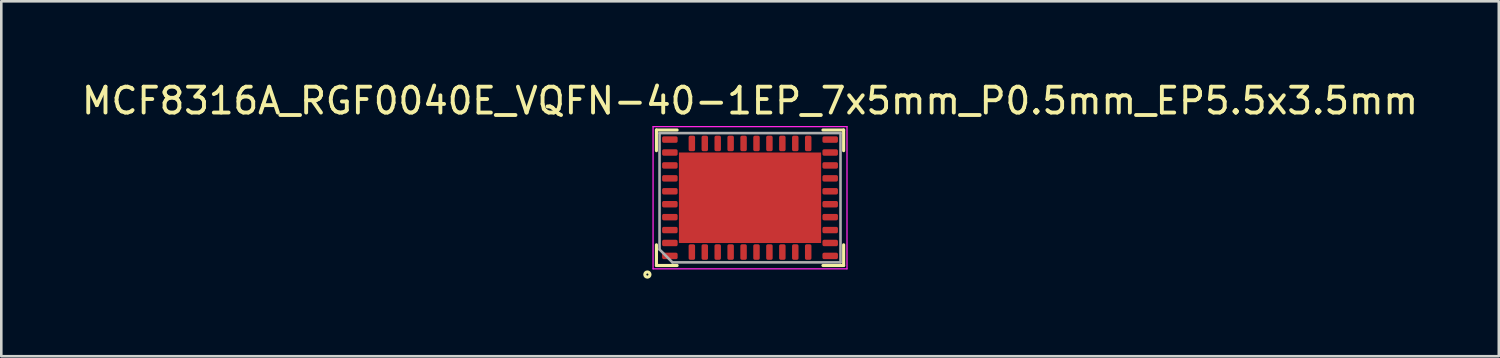
<source format=kicad_pcb>
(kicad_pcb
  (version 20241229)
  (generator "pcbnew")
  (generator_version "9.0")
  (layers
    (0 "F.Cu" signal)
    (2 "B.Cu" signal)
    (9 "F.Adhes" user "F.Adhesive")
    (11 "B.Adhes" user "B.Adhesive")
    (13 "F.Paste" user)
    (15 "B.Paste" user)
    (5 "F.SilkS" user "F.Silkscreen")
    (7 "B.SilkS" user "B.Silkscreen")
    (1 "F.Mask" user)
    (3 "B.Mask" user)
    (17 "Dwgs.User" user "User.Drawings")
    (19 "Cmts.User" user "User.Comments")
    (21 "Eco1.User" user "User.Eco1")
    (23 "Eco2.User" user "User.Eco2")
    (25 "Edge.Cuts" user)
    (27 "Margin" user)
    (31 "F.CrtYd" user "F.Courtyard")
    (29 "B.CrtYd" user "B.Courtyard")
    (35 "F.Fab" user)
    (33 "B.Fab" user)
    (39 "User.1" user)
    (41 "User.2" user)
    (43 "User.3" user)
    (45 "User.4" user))
  (footprint "MCF8316A_RGF0040E_VQFN-40-1EP_7x5mm_P0.5mm_EP5.5x3.5mm"
    (layer "F.Cu")
    (at 25.958 4.598)
    (property "Reference" "MCF8316A_RGF0040E_VQFN-40-1EP_7x5mm_P0.5mm_EP5.5x3.5mm" (at 0 -3.75 0) (layer "F.SilkS") (effects (font (size 1 1) (thickness 0.15))))
    (attr smd)
    (fp_line (start -3.62 -2.62) (end -2.82 -2.62) (stroke (width 0.12) (type solid)) (layer "F.SilkS"))
    (fp_line (start -3.62 -1.82) (end -3.62 -2.62) (stroke (width 0.12) (type solid)) (layer "F.SilkS"))
    (fp_line (start -3.62 2.62) (end -3.62 1.82) (stroke (width 0.12) (type solid)) (layer "F.SilkS"))
    (fp_line (start -3.62 2.62) (end -2.82 2.62) (stroke (width 0.12) (type solid)) (layer "F.SilkS"))
    (fp_line (start 2.82 -2.62) (end 3.62 -2.62) (stroke (width 0.12) (type solid)) (layer "F.SilkS"))
    (fp_line (start 2.82 2.62) (end 3.62 2.62) (stroke (width 0.12) (type solid)) (layer "F.SilkS"))
    (fp_line (start 3.62 -1.82) (end 3.62 -2.62) (stroke (width 0.12) (type solid)) (layer "F.SilkS"))
    (fp_line (start 3.62 2.62) (end 3.62 1.82) (stroke (width 0.12) (type solid)) (layer "F.SilkS"))
    (fp_circle (center -3.97 2.97) (end -3.87 2.97) (stroke (width 0.12) (type solid)) (fill no) (layer "F.SilkS"))
    (fp_line (start -3.75 -2.75) (end 3.75 -2.75) (stroke (width 0.05) (type solid)) (layer "F.CrtYd"))
    (fp_line (start -3.75 2.75) (end -3.75 -2.75) (stroke (width 0.05) (type solid)) (layer "F.CrtYd"))
    (fp_line (start 3.75 -2.75) (end 3.75 2.75) (stroke (width 0.05) (type solid)) (layer "F.CrtYd"))
    (fp_line (start 3.75 2.75) (end -3.75 2.75) (stroke (width 0.05) (type solid)) (layer "F.CrtYd"))
    (fp_line (start -3.5 -2.5) (end -3.5 2) (stroke (width 0.1) (type solid)) (layer "F.Fab"))
    (fp_line (start -3.5 2) (end -3 2.5) (stroke (width 0.1) (type solid)) (layer "F.Fab"))
    (fp_line (start -3 2.5) (end 3.5 2.5) (stroke (width 0.1) (type solid)) (layer "F.Fab"))
    (fp_line (start 3.5 -2.5) (end -3.5 -2.5) (stroke (width 0.1) (type solid)) (layer "F.Fab"))
    (fp_line (start 3.5 2.5) (end 3.5 -2.5) (stroke (width 0.1) (type solid)) (layer "F.Fab"))
    (pad "" smd roundrect (at -1.8 -1.1) (size 1.1 1) (layers "F.Paste") (roundrect_rratio 0.05))
    (pad "" smd roundrect (at -1.8 0) (size 1.1 1) (layers "F.Paste") (roundrect_rratio 0.05))
    (pad "" smd roundrect (at -1.8 1.1) (size 1.1 1) (layers "F.Paste") (roundrect_rratio 0.05))
    (pad "" smd roundrect (at -0.6 -1.1) (size 1.1 1) (layers "F.Paste") (roundrect_rratio 0.05))
    (pad "" smd roundrect (at -0.6 0) (size 1.1 1) (layers "F.Paste") (roundrect_rratio 0.05))
    (pad "" smd roundrect (at -0.6 1.1) (size 1.1 1) (layers "F.Paste") (roundrect_rratio 0.05))
    (pad "" smd roundrect (at 0.6 -1.1) (size 1.1 1) (layers "F.Paste") (roundrect_rratio 0.05))
    (pad "" smd roundrect (at 0.6 0) (size 1.1 1) (layers "F.Paste") (roundrect_rratio 0.05))
    (pad "" smd roundrect (at 0.6 1.1) (size 1.1 1) (layers "F.Paste") (roundrect_rratio 0.05))
    (pad "" smd roundrect (at 1.8 -1.1) (size 1.1 1) (layers "F.Paste") (roundrect_rratio 0.05))
    (pad "" smd roundrect (at 1.8 0) (size 1.1 1) (layers "F.Paste") (roundrect_rratio 0.05))
    (pad "" smd roundrect (at 1.8 1.1) (size 1.1 1) (layers "F.Paste") (roundrect_rratio 0.05))
    (pad "1" smd roundrect (at -2.25 2.1) (size 0.25 0.6) (layers "F.Cu" "F.Mask" "F.Paste") (roundrect_rratio 0.25))
    (pad "2" smd roundrect (at -1.75 2.1) (size 0.25 0.6) (layers "F.Cu" "F.Mask" "F.Paste") (roundrect_rratio 0.25))
    (pad "3" smd roundrect (at -1.25 2.1) (size 0.25 0.6) (layers "F.Cu" "F.Mask" "F.Paste") (roundrect_rratio 0.25))
    (pad "4" smd roundrect (at -0.75 2.1) (size 0.25 0.6) (layers "F.Cu" "F.Mask" "F.Paste") (roundrect_rratio 0.25))
    (pad "5" smd roundrect (at -0.25 2.1) (size 0.25 0.6) (layers "F.Cu" "F.Mask" "F.Paste") (roundrect_rratio 0.25))
    (pad "6" smd roundrect (at 0.25 2.1) (size 0.25 0.6) (layers "F.Cu" "F.Mask" "F.Paste") (roundrect_rratio 0.25))
    (pad "7" smd roundrect (at 0.75 2.1) (size 0.25 0.6) (layers "F.Cu" "F.Mask" "F.Paste") (roundrect_rratio 0.25))
    (pad "8" smd roundrect (at 1.25 2.1) (size 0.25 0.6) (layers "F.Cu" "F.Mask" "F.Paste") (roundrect_rratio 0.25))
    (pad "9" smd roundrect (at 1.75 2.1) (size 0.25 0.6) (layers "F.Cu" "F.Mask" "F.Paste") (roundrect_rratio 0.25))
    (pad "10" smd roundrect (at 2.25 2.1) (size 0.25 0.6) (layers "F.Cu" "F.Mask" "F.Paste") (roundrect_rratio 0.25))
    (pad "11" smd roundrect (at 3.1 2.25 90) (size 0.25 0.6) (layers "F.Cu" "F.Mask" "F.Paste") (roundrect_rratio 0.25))
    (pad "12" smd roundrect (at 3.1 1.75 90) (size 0.25 0.6) (layers "F.Cu" "F.Mask" "F.Paste") (roundrect_rratio 0.25))
    (pad "13" smd roundrect (at 3.1 1.25 90) (size 0.25 0.6) (layers "F.Cu" "F.Mask" "F.Paste") (roundrect_rratio 0.25))
    (pad "14" smd roundrect (at 3.1 0.75 90) (size 0.25 0.6) (layers "F.Cu" "F.Mask" "F.Paste") (roundrect_rratio 0.25))
    (pad "15" smd roundrect (at 3.1 0.25 90) (size 0.25 0.6) (layers "F.Cu" "F.Mask" "F.Paste") (roundrect_rratio 0.25))
    (pad "16" smd roundrect (at 3.1 -0.25 90) (size 0.25 0.6) (layers "F.Cu" "F.Mask" "F.Paste") (roundrect_rratio 0.25))
    (pad "17" smd roundrect (at 3.1 -0.75 90) (size 0.25 0.6) (layers "F.Cu" "F.Mask" "F.Paste") (roundrect_rratio 0.25))
    (pad "18" smd roundrect (at 3.1 -1.25 90) (size 0.25 0.6) (layers "F.Cu" "F.Mask" "F.Paste") (roundrect_rratio 0.25))
    (pad "19" smd roundrect (at 3.1 -1.75 90) (size 0.25 0.6) (layers "F.Cu" "F.Mask" "F.Paste") (roundrect_rratio 0.25))
    (pad "20" smd roundrect (at 3.1 -2.25 90) (size 0.25 0.6) (layers "F.Cu" "F.Mask" "F.Paste") (roundrect_rratio 0.25))
    (pad "21" smd roundrect (at 2.25 -2.1) (size 0.25 0.6) (layers "F.Cu" "F.Mask" "F.Paste") (roundrect_rratio 0.25))
    (pad "22" smd roundrect (at 1.75 -2.1) (size 0.25 0.6) (layers "F.Cu" "F.Mask" "F.Paste") (roundrect_rratio 0.25))
    (pad "23" smd roundrect (at 1.25 -2.1) (size 0.25 0.6) (layers "F.Cu" "F.Mask" "F.Paste") (roundrect_rratio 0.25))
    (pad "24" smd roundrect (at 0.75 -2.1) (size 0.25 0.6) (layers "F.Cu" "F.Mask" "F.Paste") (roundrect_rratio 0.25))
    (pad "25" smd roundrect (at 0.25 -2.1) (size 0.25 0.6) (layers "F.Cu" "F.Mask" "F.Paste") (roundrect_rratio 0.25))
    (pad "26" smd roundrect (at -0.25 -2.1) (size 0.25 0.6) (layers "F.Cu" "F.Mask" "F.Paste") (roundrect_rratio 0.25))
    (pad "27" smd roundrect (at -0.75 -2.1) (size 0.25 0.6) (layers "F.Cu" "F.Mask" "F.Paste") (roundrect_rratio 0.25))
    (pad "28" smd roundrect (at -1.25 -2.1) (size 0.25 0.6) (layers "F.Cu" "F.Mask" "F.Paste") (roundrect_rratio 0.25))
    (pad "29" smd roundrect (at -1.75 -2.1) (size 0.25 0.6) (layers "F.Cu" "F.Mask" "F.Paste") (roundrect_rratio 0.25))
    (pad "30" smd roundrect (at -2.25 -2.1) (size 0.25 0.6) (layers "F.Cu" "F.Mask" "F.Paste") (roundrect_rratio 0.25))
    (pad "31" smd roundrect (at -3.1 -2.25 90) (size 0.25 0.6) (layers "F.Cu" "F.Mask" "F.Paste") (roundrect_rratio 0.25))
    (pad "32" smd roundrect (at -3.1 -1.75 90) (size 0.25 0.6) (layers "F.Cu" "F.Mask" "F.Paste") (roundrect_rratio 0.25))
    (pad "33" smd roundrect (at -3.1 -1.25 90) (size 0.25 0.6) (layers "F.Cu" "F.Mask" "F.Paste") (roundrect_rratio 0.25))
    (pad "34" smd roundrect (at -3.1 -0.75 90) (size 0.25 0.6) (layers "F.Cu" "F.Mask" "F.Paste") (roundrect_rratio 0.25))
    (pad "35" smd roundrect (at -3.1 -0.25 90) (size 0.25 0.6) (layers "F.Cu" "F.Mask" "F.Paste") (roundrect_rratio 0.25))
    (pad "36" smd roundrect (at -3.1 0.25 90) (size 0.25 0.6) (layers "F.Cu" "F.Mask" "F.Paste") (roundrect_rratio 0.25))
    (pad "37" smd roundrect (at -3.1 0.75 90) (size 0.25 0.6) (layers "F.Cu" "F.Mask" "F.Paste") (roundrect_rratio 0.25))
    (pad "38" smd roundrect (at -3.1 1.25 90) (size 0.25 0.6) (layers "F.Cu" "F.Mask" "F.Paste") (roundrect_rratio 0.25))
    (pad "39" smd roundrect (at -3.1 1.75 90) (size 0.25 0.6) (layers "F.Cu" "F.Mask" "F.Paste") (roundrect_rratio 0.25))
    (pad "40" smd roundrect (at -3.1 2.25 90) (size 0.25 0.6) (layers "F.Cu" "F.Mask" "F.Paste") (roundrect_rratio 0.25))
    (pad "41" smd rect (at 0 0) (size 5.5 3.5) (layers "F.Cu" "F.Mask")))
  (gr_rect
    (start -3 -3)
    (end 54.917 10.728)
    (stroke (width 0.1) (type default))
    (fill no)
    (layer "Edge.Cuts")))
</source>
